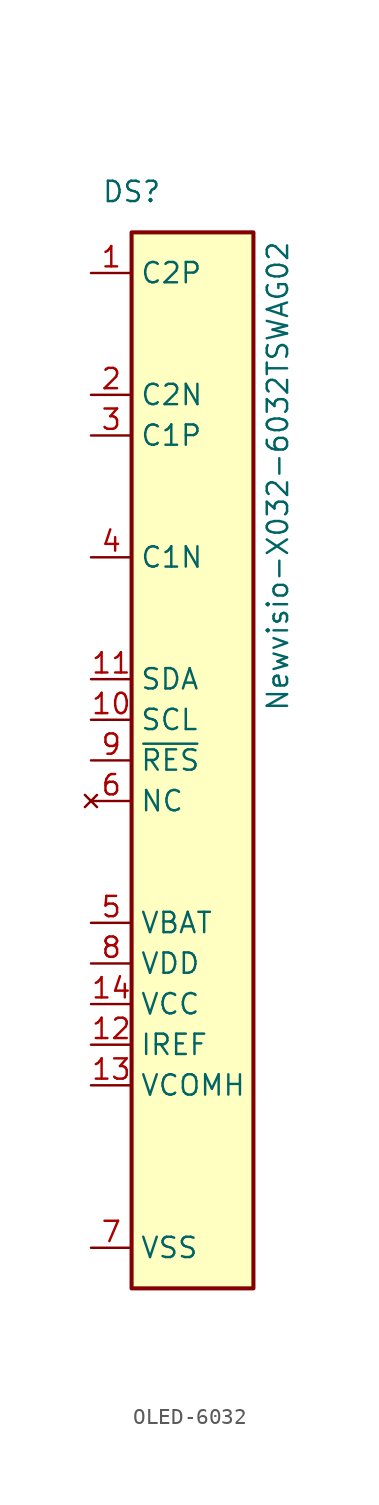
<source format=kicad_sym>
(kicad_symbol_lib
  (version 20231120)
  (generator "kicad_symbol_editor")
  (generator_version "8.0")
  (symbol "OLED-6032"
    (property "Reference" "DS"
      (at -10.16 38.1 0)
      (effects (font (size 1.27 1.27))))
    (property "Value" "Newvisio-X032-6032TSWAG02"
      (at -1.016 20.32 90)
      (effects (font (size 1.27 1.27))))
    (symbol "OLED-6032_0_1"
      (rectangle (start -10.16 35.56) (end -2.54 -30.48) (stroke (width 0.254) (type default)) (fill (type background))))
    (symbol "OLED-6032_1_1"
      (pin passive line (at -12.7 33.02 0) (length 2.54) (name "C2P" (effects (font (size 1.27 1.27)))) (number "1" (effects (font (size 1.27 1.27)))))
      (pin input line (at -12.7 5.08 0) (length 2.54) (name "SCL" (effects (font (size 1.27 1.27)))) (number "10" (effects (font (size 1.27 1.27)))))
      (pin bidirectional line (at -12.7 7.62 0) (length 2.54) (name "SDA" (effects (font (size 1.27 1.27)))) (number "11" (effects (font (size 1.27 1.27)))))
      (pin passive line (at -12.7 -15.24 0) (length 2.54) (name "IREF" (effects (font (size 1.27 1.27)))) (number "12" (effects (font (size 1.27 1.27)))))
      (pin passive line (at -12.7 -17.78 0) (length 2.54) (name "VCOMH" (effects (font (size 1.27 1.27)))) (number "13" (effects (font (size 1.27 1.27)))))
      (pin power_in line (at -12.7 -12.7 0) (length 2.54) (name "VCC" (effects (font (size 1.27 1.27)))) (number "14" (effects (font (size 1.27 1.27)))))
      (pin passive line (at -12.7 25.4 0) (length 2.54) (name "C2N" (effects (font (size 1.27 1.27)))) (number "2" (effects (font (size 1.27 1.27)))))
      (pin passive line (at -12.7 22.86 0) (length 2.54) (name "C1P" (effects (font (size 1.27 1.27)))) (number "3" (effects (font (size 1.27 1.27)))))
      (pin passive line (at -12.7 15.24 0) (length 2.54) (name "C1N" (effects (font (size 1.27 1.27)))) (number "4" (effects (font (size 1.27 1.27)))))
      (pin power_in line (at -12.7 -7.62 0) (length 2.54) (name "VBAT" (effects (font (size 1.27 1.27)))) (number "5" (effects (font (size 1.27 1.27)))))
      (pin no_connect line (at -12.7 0 0) (length 2.54) (name "NC" (effects (font (size 1.27 1.27)))) (number "6" (effects (font (size 1.27 1.27)))))
      (pin power_in line (at -12.7 -27.94 0) (length 2.54) (name "VSS" (effects (font (size 1.27 1.27)))) (number "7" (effects (font (size 1.27 1.27)))))
      (pin power_in line (at -12.7 -10.16 0) (length 2.54) (name "VDD" (effects (font (size 1.27 1.27)))) (number "8" (effects (font (size 1.27 1.27)))))
      (pin input line (at -12.7 2.54 0) (length 2.54) (name "~{RES}" (effects (font (size 1.27 1.27)))) (number "9" (effects (font (size 1.27 1.27))))))))
</source>
